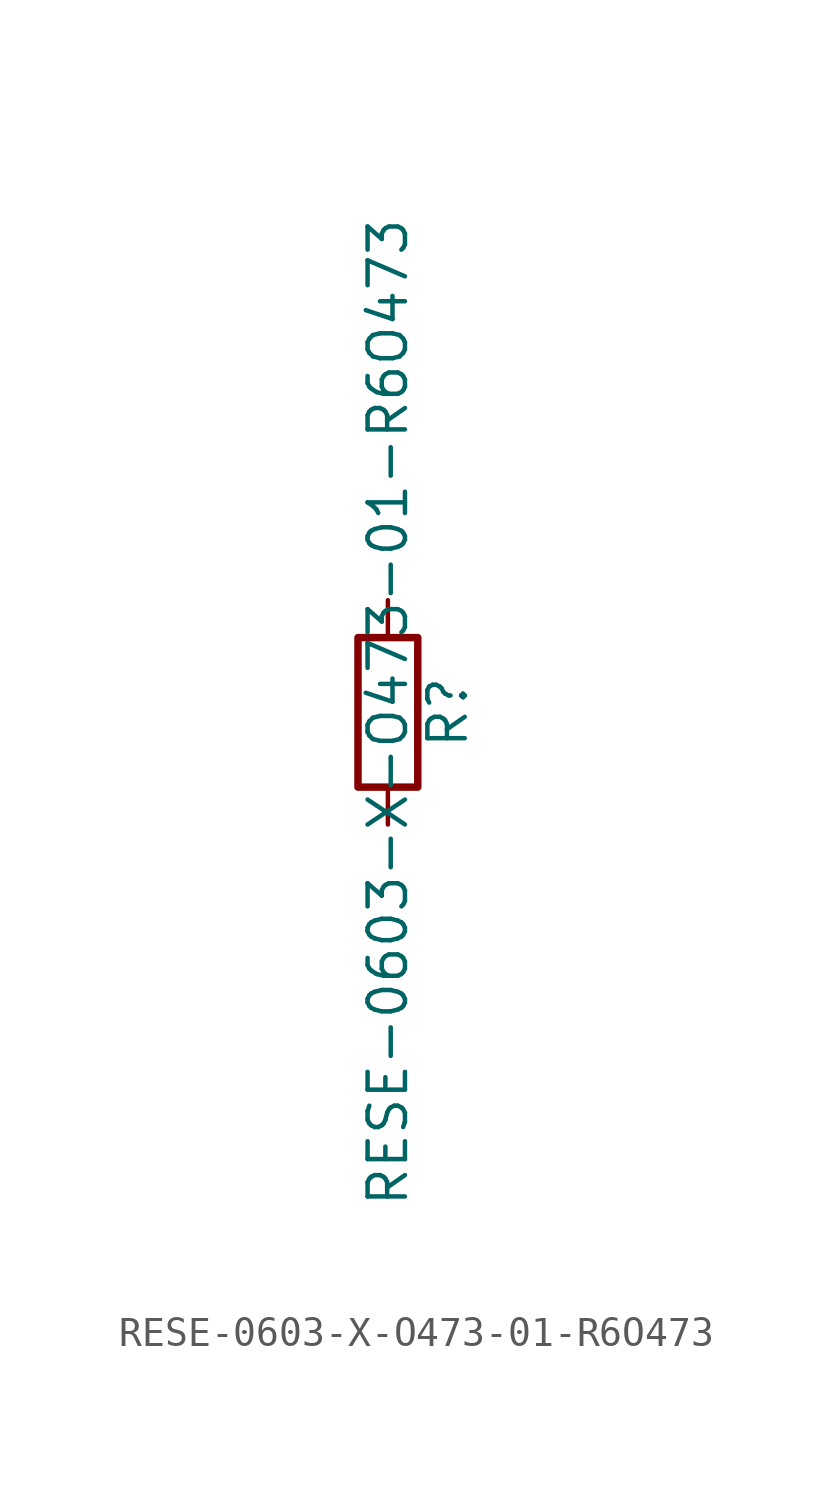
<source format=kicad_sym>
(kicad_symbol_lib
  (version 20211014)
  (generator kicad_symbol_editor)
  (symbol "RESE-0603-X-O473-01-R6O473"
    (pin_numbers hide)
    (pin_names
      (offset 0))
    (property "Reference" "R"
      (at 2.032 0 90)
      (effects (font (size 1.27 1.27))))
    (property "Value" "RESE-0603-X-O473-01-R6O473"
      (at 0 0 90)
      (effects (font (size 1.27 1.27))))
    (symbol "RESE-0603-X-O473-01-R6O473_0_1"
      (rectangle (start -1.016 -2.54) (end 1.016 2.54) (stroke (width 0.254) (type default) (color 0 0 0 0)) (fill (type none))))
    (symbol "RESE-0603-X-O473-01-R6O473_1_1"
      (pin passive line (at 0 3.81 270) (length 1.27) (name "~" (effects (font (size 1.27 1.27)))) (number "1" (effects (font (size 1.27 1.27)))))
      (pin passive line (at 0 -3.81 90) (length 1.27) (name "~" (effects (font (size 1.27 1.27)))) (number "2" (effects (font (size 1.27 1.27))))))))
</source>
